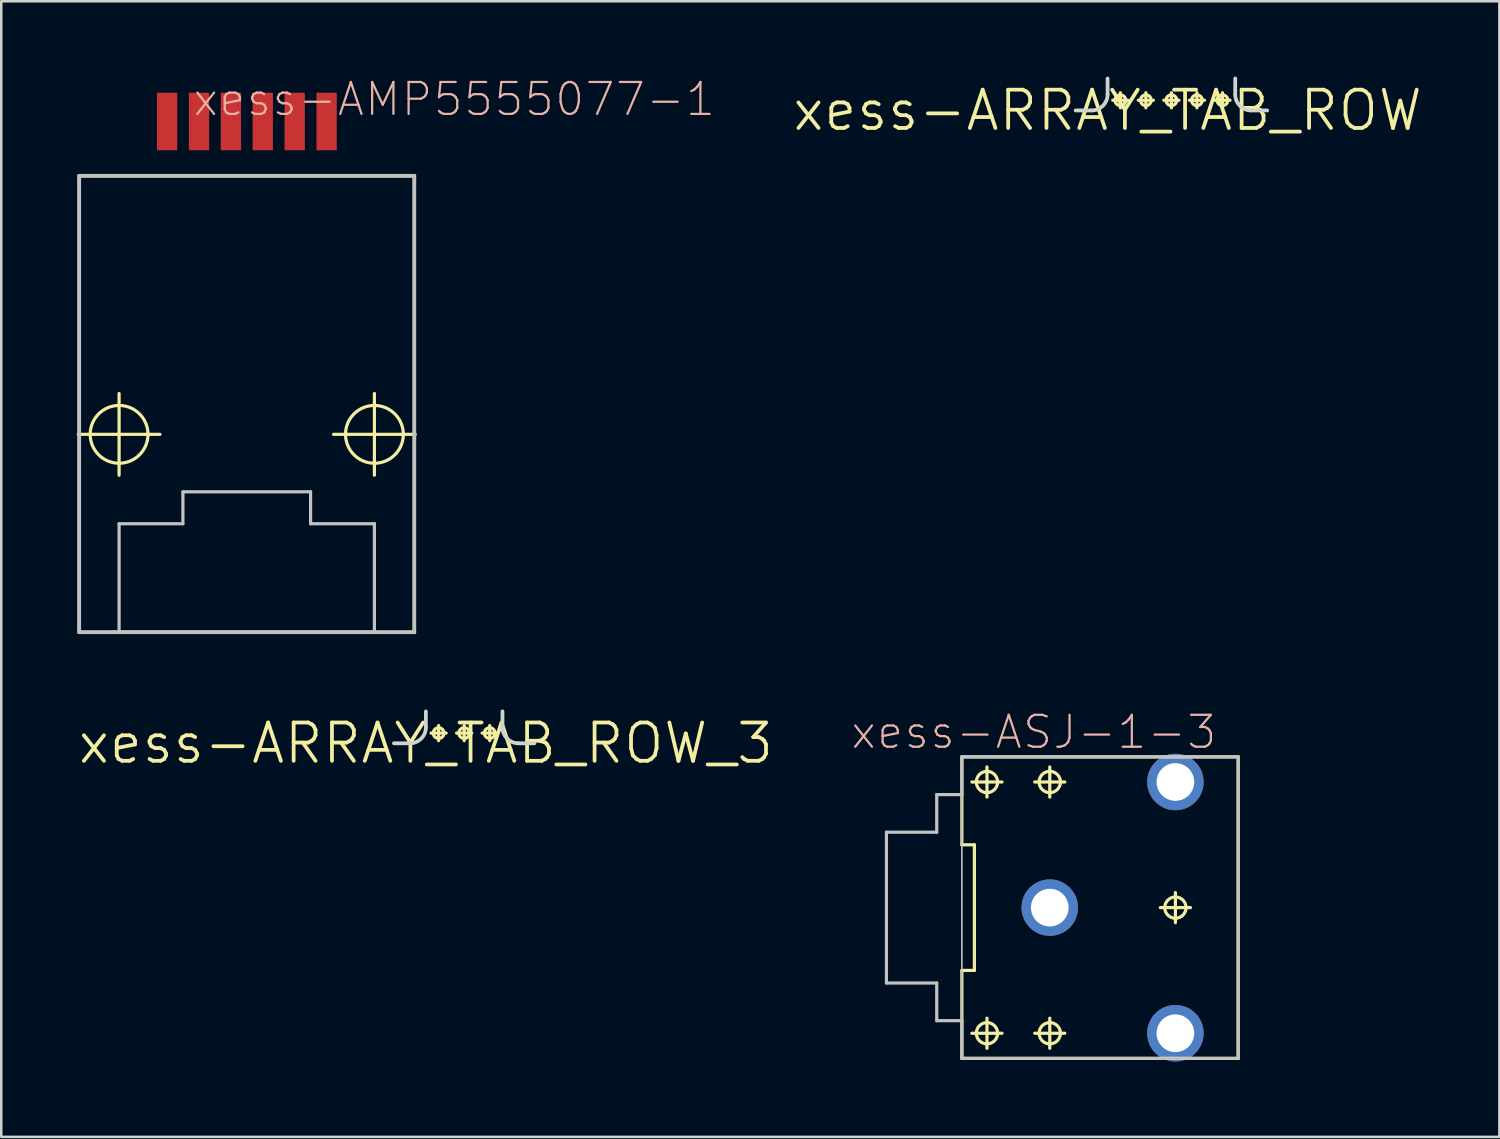
<source format=kicad_pcb>
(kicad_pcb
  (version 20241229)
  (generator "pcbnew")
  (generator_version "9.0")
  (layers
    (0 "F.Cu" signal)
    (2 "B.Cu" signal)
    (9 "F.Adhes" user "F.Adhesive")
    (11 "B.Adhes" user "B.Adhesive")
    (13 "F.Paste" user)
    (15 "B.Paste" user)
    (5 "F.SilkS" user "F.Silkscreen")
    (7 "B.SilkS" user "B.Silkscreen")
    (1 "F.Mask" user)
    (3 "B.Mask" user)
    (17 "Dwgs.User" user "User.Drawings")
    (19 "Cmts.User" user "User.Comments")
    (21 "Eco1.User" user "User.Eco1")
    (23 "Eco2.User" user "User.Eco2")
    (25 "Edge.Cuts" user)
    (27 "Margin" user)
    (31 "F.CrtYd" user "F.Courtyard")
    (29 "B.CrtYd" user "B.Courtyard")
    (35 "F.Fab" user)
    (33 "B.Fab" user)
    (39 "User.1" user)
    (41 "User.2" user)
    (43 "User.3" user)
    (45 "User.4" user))
  (footprint "xess-ARRAY_TAB_ROW"
    (layer "F.Cu")
    (at 41.024 1.345)
    (property "Reference" "xess-ARRAY_TAB_ROW" (at 0 0 0) (layer "F.SilkS") (effects (font (size 1.524 1.524) (thickness 0.15))))
    (attr exclude_from_pos_files exclude_from_bom)
    (fp_line (start 0.206 -0.406) (end 0.808 -0.406) (stroke (width 0.127) (type solid)) (layer "F.SilkS"))
    (fp_line (start 0.508 -0.104) (end 0.508 -0.706) (stroke (width 0.127) (type solid)) (layer "F.SilkS"))
    (fp_line (start 1.222 -0.406) (end 1.824 -0.406) (stroke (width 0.127) (type solid)) (layer "F.SilkS"))
    (fp_line (start 1.524 -0.104) (end 1.524 -0.706) (stroke (width 0.127) (type solid)) (layer "F.SilkS"))
    (fp_line (start 2.238 -0.406) (end 2.84 -0.406) (stroke (width 0.127) (type solid)) (layer "F.SilkS"))
    (fp_line (start 2.54 -0.104) (end 2.54 -0.706) (stroke (width 0.127) (type solid)) (layer "F.SilkS"))
    (fp_line (start 3.254 -0.406) (end 3.856 -0.406) (stroke (width 0.127) (type solid)) (layer "F.SilkS"))
    (fp_line (start 3.556 -0.104) (end 3.556 -0.706) (stroke (width 0.127) (type solid)) (layer "F.SilkS"))
    (fp_line (start 4.27 -0.406) (end 4.872 -0.406) (stroke (width 0.127) (type solid)) (layer "F.SilkS"))
    (fp_line (start 4.572 -0.104) (end 4.572 -0.706) (stroke (width 0.127) (type solid)) (layer "F.SilkS"))
    (fp_circle (center 0.508 -0.406) (end 0.658 -0.556) (stroke (width 0.127) (type solid)) (fill no) (layer "F.SilkS"))
    (fp_circle (center 1.524 -0.406) (end 1.674 -0.556) (stroke (width 0.127) (type solid)) (fill no) (layer "F.SilkS"))
    (fp_circle (center 2.54 -0.406) (end 2.69 -0.556) (stroke (width 0.127) (type solid)) (fill no) (layer "F.SilkS"))
    (fp_circle (center 3.556 -0.406) (end 3.706 -0.556) (stroke (width 0.127) (type solid)) (fill no) (layer "F.SilkS"))
    (fp_circle (center 4.572 -0.406) (end 4.722 -0.556) (stroke (width 0.127) (type solid)) (fill no) (layer "F.SilkS"))
    (fp_line (start -1.27 0) (end -0.635 0) (stroke (width 0.15) (type solid)) (layer "Edge.Cuts"))
    (fp_line (start 0 -0.635) (end 0 -1.27) (stroke (width 0.15) (type solid)) (layer "Edge.Cuts"))
    (fp_line (start 5.08 -0.635) (end 5.08 -1.27) (stroke (width 0.15) (type solid)) (layer "Edge.Cuts"))
    (fp_line (start 5.715 0) (end 6.35 0) (stroke (width 0.15) (type solid)) (layer "Edge.Cuts"))
    (fp_arc (start 0 -0.635) (mid -0.185987 -0.185987) (end -0.635 0) (stroke (width 0.15) (type solid)) (layer "Edge.Cuts"))
    (fp_arc (start 5.715 0) (mid 5.265987 -0.185987) (end 5.08 -0.635) (stroke (width 0.15) (type solid)) (layer "Edge.Cuts")))
  (footprint "xess-ARRAY_TAB_ROW_3"
    (layer "F.Cu")
    (at 13.897 26.528)
    (property "Reference" "xess-ARRAY_TAB_ROW_3" (at 0 0 0) (layer "F.SilkS") (effects (font (size 1.524 1.524) (thickness 0.15))))
    (attr exclude_from_pos_files exclude_from_bom)
    (fp_line (start 0.206 -0.406) (end 0.808 -0.406) (stroke (width 0.127) (type solid)) (layer "F.SilkS"))
    (fp_line (start 0.508 -0.104) (end 0.508 -0.706) (stroke (width 0.127) (type solid)) (layer "F.SilkS"))
    (fp_line (start 1.222 -0.406) (end 1.824 -0.406) (stroke (width 0.127) (type solid)) (layer "F.SilkS"))
    (fp_line (start 1.524 -0.104) (end 1.524 -0.706) (stroke (width 0.127) (type solid)) (layer "F.SilkS"))
    (fp_line (start 2.238 -0.406) (end 2.84 -0.406) (stroke (width 0.127) (type solid)) (layer "F.SilkS"))
    (fp_line (start 2.54 -0.104) (end 2.54 -0.706) (stroke (width 0.127) (type solid)) (layer "F.SilkS"))
    (fp_circle (center 0.508 -0.406) (end 0.658 -0.556) (stroke (width 0.127) (type solid)) (fill no) (layer "F.SilkS"))
    (fp_circle (center 1.524 -0.406) (end 1.674 -0.556) (stroke (width 0.127) (type solid)) (fill no) (layer "F.SilkS"))
    (fp_circle (center 2.54 -0.406) (end 2.69 -0.556) (stroke (width 0.127) (type solid)) (fill no) (layer "F.SilkS"))
    (fp_line (start -1.27 0) (end -0.635 0) (stroke (width 0.15) (type solid)) (layer "Edge.Cuts"))
    (fp_line (start 0 -0.635) (end 0 -1.27) (stroke (width 0.15) (type solid)) (layer "Edge.Cuts"))
    (fp_line (start 3.048 -0.635) (end 3.048 -1.27) (stroke (width 0.15) (type solid)) (layer "Edge.Cuts"))
    (fp_line (start 3.683 0) (end 4.318 0) (stroke (width 0.15) (type solid)) (layer "Edge.Cuts"))
    (fp_arc (start 0 -0.635) (mid -0.185987 -0.185987) (end -0.635 0) (stroke (width 0.15) (type solid)) (layer "Edge.Cuts"))
    (fp_arc (start 3.683 0) (mid 3.233987 -0.185987) (end 3.048 -0.635) (stroke (width 0.15) (type solid)) (layer "Edge.Cuts")))
  (footprint "xess-AMP5555077-1"
    (layer "F.Cu")
    (at 6.769 14.234)
    (property "Reference" "xess-AMP5555077-1" (at 8.255 -13.335 0) (layer "B.SilkS") (effects (font (size 1.27 1.27) (thickness 0.089))))
    (attr smd)
    (fp_line (start -6.706 0) (end -3.454 0) (stroke (width 0.127) (type solid)) (layer "F.SilkS"))
    (fp_line (start -6.668 -10.287) (end -6.668 7.874) (stroke (width 0.127) (type solid)) (layer "F.SilkS"))
    (fp_line (start -6.668 7.874) (end 6.668 7.874) (stroke (width 0.127) (type solid)) (layer "F.SilkS"))
    (fp_line (start -5.08 1.626) (end -5.08 -1.626) (stroke (width 0.127) (type solid)) (layer "F.SilkS"))
    (fp_line (start 3.454 0) (end 6.706 0) (stroke (width 0.127) (type solid)) (layer "F.SilkS"))
    (fp_line (start 5.08 1.626) (end 5.08 -1.626) (stroke (width 0.127) (type solid)) (layer "F.SilkS"))
    (fp_line (start 6.668 -10.287) (end -6.668 -10.287) (stroke (width 0.127) (type solid)) (layer "F.SilkS"))
    (fp_line (start 6.668 7.874) (end 6.668 -10.287) (stroke (width 0.127) (type solid)) (layer "F.SilkS"))
    (fp_circle (center -5.08 0) (end -5.893 0.813) (stroke (width 0.127) (type solid)) (fill no) (layer "F.SilkS"))
    (fp_circle (center 5.08 0) (end 5.893 0.813) (stroke (width 0.127) (type solid)) (fill no) (layer "F.SilkS"))
    (fp_line (start -6.668 -10.287) (end -6.668 7.874) (stroke (width 0.15) (type solid)) (layer "Dwgs.User"))
    (fp_line (start -6.668 7.874) (end 6.668 7.874) (stroke (width 0.15) (type solid)) (layer "Dwgs.User"))
    (fp_line (start -5.08 3.556) (end -2.54 3.556) (stroke (width 0.127) (type solid)) (layer "Dwgs.User"))
    (fp_line (start -5.08 7.874) (end -5.08 3.556) (stroke (width 0.127) (type solid)) (layer "Dwgs.User"))
    (fp_line (start -2.54 2.286) (end 2.54 2.286) (stroke (width 0.127) (type solid)) (layer "Dwgs.User"))
    (fp_line (start -2.54 3.556) (end -2.54 2.286) (stroke (width 0.127) (type solid)) (layer "Dwgs.User"))
    (fp_line (start 2.54 2.286) (end 2.54 3.556) (stroke (width 0.127) (type solid)) (layer "Dwgs.User"))
    (fp_line (start 2.54 3.556) (end 5.08 3.556) (stroke (width 0.127) (type solid)) (layer "Dwgs.User"))
    (fp_line (start 5.08 3.556) (end 5.08 7.874) (stroke (width 0.127) (type solid)) (layer "Dwgs.User"))
    (fp_line (start 5.08 7.874) (end -5.08 7.874) (stroke (width 0.127) (type solid)) (layer "Dwgs.User"))
    (fp_line (start 6.668 -10.287) (end -6.668 -10.287) (stroke (width 0.15) (type solid)) (layer "Dwgs.User"))
    (fp_line (start 6.668 7.874) (end 6.668 -10.287) (stroke (width 0.15) (type solid)) (layer "Dwgs.User"))
    (pad "1" smd rect (at -3.17 -12.449) (size 0.808 2.289) (layers "F.Cu" "F.Mask" "F.Paste"))
    (pad "2" smd rect (at -1.9 -12.449) (size 0.808 2.289) (layers "F.Cu" "F.Mask" "F.Paste"))
    (pad "3" smd rect (at -0.63 -12.449) (size 0.808 2.289) (layers "F.Cu" "F.Mask" "F.Paste"))
    (pad "4" smd rect (at 0.638 -12.449) (size 0.808 2.289) (layers "F.Cu" "F.Mask" "F.Paste"))
    (pad "5" smd rect (at 1.908 -12.449) (size 0.808 2.289) (layers "F.Cu" "F.Mask" "F.Paste"))
    (pad "6" smd rect (at 3.178 -12.449) (size 0.808 2.289) (layers "F.Cu" "F.Mask" "F.Paste")))
  (footprint "xess-ASJ-1-3"
    (layer "F.Cu")
    (at 38.724 33.067)
    (property "Reference" "xess-ASJ-1-3" (at -0.635 -6.985 0) (layer "B.SilkS") (effects (font (size 1.27 1.27) (thickness 0.089))))
    (attr exclude_from_pos_files exclude_from_bom)
    (fp_line (start -3.498 -5.999) (end 7.498 -5.999) (stroke (width 0.127) (type solid)) (layer "F.SilkS"))
    (fp_line (start -3.498 -2.499) (end -3.498 -5.999) (stroke (width 0.127) (type solid)) (layer "F.SilkS"))
    (fp_line (start -3.498 2.499) (end -3 2.499) (stroke (width 0.127) (type solid)) (layer "F.SilkS"))
    (fp_line (start -3.498 5.999) (end -3.498 2.499) (stroke (width 0.127) (type solid)) (layer "F.SilkS"))
    (fp_line (start -3.099 -4.999) (end -1.9 -4.999) (stroke (width 0.127) (type solid)) (layer "F.SilkS"))
    (fp_line (start -3.099 4.999) (end -1.9 4.999) (stroke (width 0.127) (type solid)) (layer "F.SilkS"))
    (fp_line (start -3 -2.499) (end -3.498 -2.499) (stroke (width 0.127) (type solid)) (layer "F.SilkS"))
    (fp_line (start -3 2.499) (end -3 -2.499) (stroke (width 0.127) (type solid)) (layer "F.SilkS"))
    (fp_line (start -2.499 -4.399) (end -2.499 -5.598) (stroke (width 0.127) (type solid)) (layer "F.SilkS"))
    (fp_line (start -2.499 5.598) (end -2.499 4.399) (stroke (width 0.127) (type solid)) (layer "F.SilkS"))
    (fp_line (start -0.599 -4.999) (end 0.599 -4.999) (stroke (width 0.127) (type solid)) (layer "F.SilkS"))
    (fp_line (start -0.599 4.999) (end 0.599 4.999) (stroke (width 0.127) (type solid)) (layer "F.SilkS"))
    (fp_line (start 0 -4.399) (end 0 -5.598) (stroke (width 0.127) (type solid)) (layer "F.SilkS"))
    (fp_line (start 0 5.598) (end 0 4.399) (stroke (width 0.127) (type solid)) (layer "F.SilkS"))
    (fp_line (start 4.399 0) (end 5.598 0) (stroke (width 0.127) (type solid)) (layer "F.SilkS"))
    (fp_line (start 4.999 0.599) (end 4.999 -0.599) (stroke (width 0.127) (type solid)) (layer "F.SilkS"))
    (fp_line (start 7.498 -5.999) (end 7.498 5.999) (stroke (width 0.127) (type solid)) (layer "F.SilkS"))
    (fp_line (start 7.498 5.999) (end -3.498 5.999) (stroke (width 0.127) (type solid)) (layer "F.SilkS"))
    (fp_circle (center -2.499 -4.999) (end -2.799 -5.298) (stroke (width 0.127) (type solid)) (fill no) (layer "F.SilkS"))
    (fp_circle (center -2.499 4.999) (end -2.799 5.298) (stroke (width 0.127) (type solid)) (fill no) (layer "F.SilkS"))
    (fp_circle (center 0 -4.999) (end -0.3 -5.298) (stroke (width 0.127) (type solid)) (fill no) (layer "F.SilkS"))
    (fp_circle (center 0 4.999) (end -0.3 5.298) (stroke (width 0.127) (type solid)) (fill no) (layer "F.SilkS"))
    (fp_circle (center 4.999 0) (end 5.298 0.3) (stroke (width 0.127) (type solid)) (fill no) (layer "F.SilkS"))
    (fp_line (start -6.5 -3) (end -6.5 3) (stroke (width 0.127) (type solid)) (layer "Dwgs.User"))
    (fp_line (start -6.5 3) (end -4.498 3) (stroke (width 0.127) (type solid)) (layer "Dwgs.User"))
    (fp_line (start -4.498 -4.498) (end -4.498 -3) (stroke (width 0.127) (type solid)) (layer "Dwgs.User"))
    (fp_line (start -4.498 -3) (end -6.5 -3) (stroke (width 0.127) (type solid)) (layer "Dwgs.User"))
    (fp_line (start -4.498 3) (end -4.498 4.498) (stroke (width 0.127) (type solid)) (layer "Dwgs.User"))
    (fp_line (start -4.498 4.498) (end -3.498 4.498) (stroke (width 0.127) (type solid)) (layer "Dwgs.User"))
    (fp_line (start -3.498 -5.999) (end -3.498 -4.498) (stroke (width 0.127) (type solid)) (layer "Dwgs.User"))
    (fp_line (start -3.498 -5.999) (end 7.498 -5.999) (stroke (width 0.066) (type solid)) (layer "Dwgs.User"))
    (fp_line (start -3.498 -4.498) (end -4.498 -4.498) (stroke (width 0.127) (type solid)) (layer "Dwgs.User"))
    (fp_line (start -3.498 4.498) (end -3.498 5.999) (stroke (width 0.127) (type solid)) (layer "Dwgs.User"))
    (fp_line (start -3.498 5.999) (end -3.498 -5.999) (stroke (width 0.066) (type solid)) (layer "Dwgs.User"))
    (fp_line (start -3.498 5.999) (end 7.498 5.999) (stroke (width 0.066) (type solid)) (layer "Dwgs.User"))
    (fp_line (start -3.498 5.999) (end 7.498 5.999) (stroke (width 0.127) (type solid)) (layer "Dwgs.User"))
    (fp_line (start 7.498 -5.999) (end -3.498 -5.999) (stroke (width 0.127) (type solid)) (layer "Dwgs.User"))
    (fp_line (start 7.498 5.999) (end 7.498 -5.999) (stroke (width 0.066) (type solid)) (layer "Dwgs.User"))
    (fp_line (start 7.498 5.999) (end 7.498 -5.999) (stroke (width 0.127) (type solid)) (layer "Dwgs.User"))
    (pad "1" thru_hole circle (at 0 0) (size 2.248 2.248) (drill 1.499) (layers "*.Cu" "*.Mask"))
    (pad "2" thru_hole circle (at 4.999 4.999) (size 2.248 2.248) (drill 1.499) (layers "*.Cu" "*.Mask"))
    (pad "3" thru_hole circle (at 4.999 -4.999) (size 2.248 2.248) (drill 1.499) (layers "*.Cu" "*.Mask")))
  (gr_rect
    (start -3 -3)
    (end 56.615 42.19)
    (stroke (width 0.1) (type default))
    (fill no)
    (layer "Edge.Cuts")))
</source>
